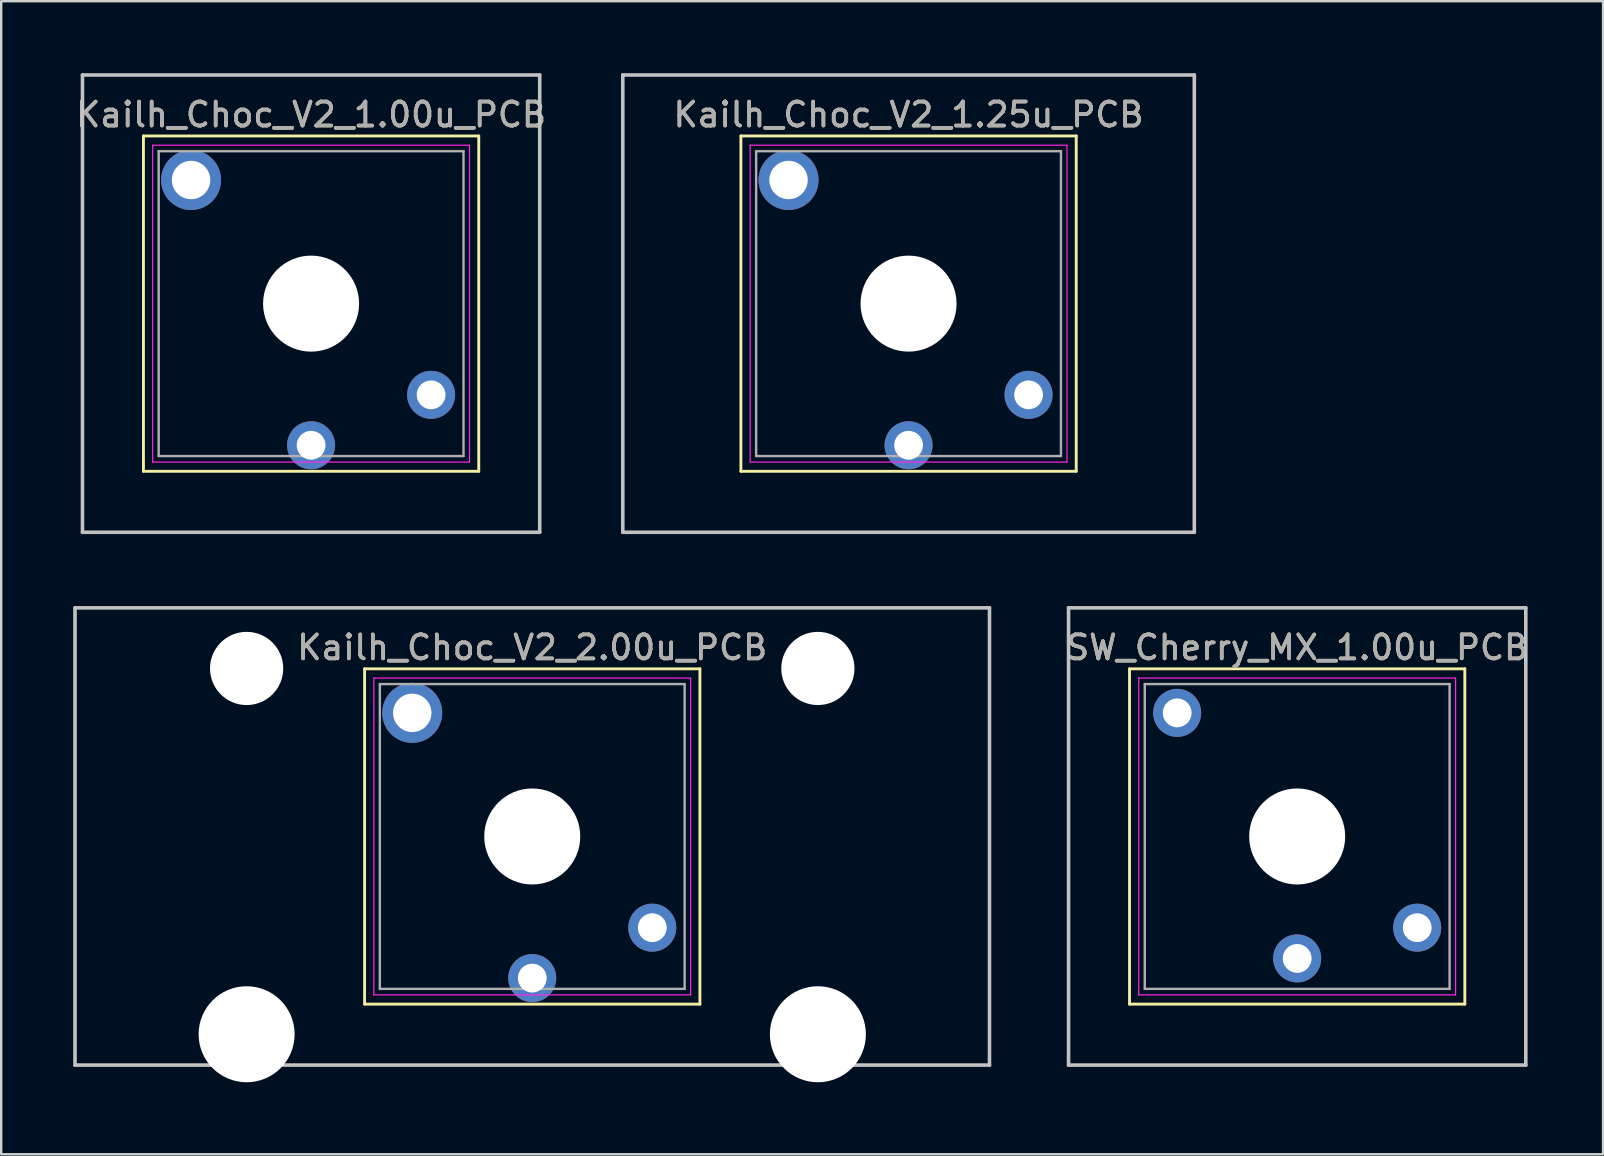
<source format=kicad_pcb>
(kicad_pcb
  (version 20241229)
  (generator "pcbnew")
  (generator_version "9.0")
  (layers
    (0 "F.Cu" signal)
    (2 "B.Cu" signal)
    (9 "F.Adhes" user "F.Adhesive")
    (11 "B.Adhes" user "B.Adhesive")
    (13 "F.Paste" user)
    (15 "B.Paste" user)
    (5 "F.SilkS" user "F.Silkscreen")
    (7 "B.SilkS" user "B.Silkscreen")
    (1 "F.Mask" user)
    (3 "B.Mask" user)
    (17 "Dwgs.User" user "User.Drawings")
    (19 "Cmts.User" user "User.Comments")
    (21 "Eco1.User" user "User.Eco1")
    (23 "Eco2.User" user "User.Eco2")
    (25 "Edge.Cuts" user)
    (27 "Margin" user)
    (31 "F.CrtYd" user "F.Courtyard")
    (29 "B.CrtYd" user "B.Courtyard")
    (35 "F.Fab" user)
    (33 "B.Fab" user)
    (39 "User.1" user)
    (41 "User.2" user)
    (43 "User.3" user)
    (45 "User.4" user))
  (footprint "SW_Cherry_MX_1.00u_PCB"
    (layer "F.Cu")
    (at 53.534 26.72)
    (property "Reference" "SW_Cherry_MX_1.00u_PCB" (at -2.54 -2.794 0) (layer "F.SilkS") (effects (font (size 1 1) (thickness 0.15))))
    (attr through_hole)
    (fp_line (start -9.525 -1.905) (end 4.445 -1.905) (stroke (width 0.12) (type solid)) (layer "F.SilkS"))
    (fp_line (start -9.525 12.065) (end -9.525 -1.905) (stroke (width 0.12) (type solid)) (layer "F.SilkS"))
    (fp_line (start 4.445 -1.905) (end 4.445 12.065) (stroke (width 0.12) (type solid)) (layer "F.SilkS"))
    (fp_line (start 4.445 12.065) (end -9.525 12.065) (stroke (width 0.12) (type solid)) (layer "F.SilkS"))
    (fp_line (start -12.065 -4.445) (end 6.985 -4.445) (stroke (width 0.15) (type solid)) (layer "Dwgs.User"))
    (fp_line (start -12.065 14.605) (end -12.065 -4.445) (stroke (width 0.15) (type solid)) (layer "Dwgs.User"))
    (fp_line (start 6.985 -4.445) (end 6.985 14.605) (stroke (width 0.15) (type solid)) (layer "Dwgs.User"))
    (fp_line (start 6.985 14.605) (end -12.065 14.605) (stroke (width 0.15) (type solid)) (layer "Dwgs.User"))
    (fp_line (start -9.14 -1.52) (end 4.06 -1.52) (stroke (width 0.05) (type solid)) (layer "F.CrtYd"))
    (fp_line (start -9.14 11.68) (end -9.14 -1.52) (stroke (width 0.05) (type solid)) (layer "F.CrtYd"))
    (fp_line (start 4.06 -1.52) (end 4.06 11.68) (stroke (width 0.05) (type solid)) (layer "F.CrtYd"))
    (fp_line (start 4.06 11.68) (end -9.14 11.68) (stroke (width 0.05) (type solid)) (layer "F.CrtYd"))
    (fp_line (start -8.89 -1.27) (end 3.81 -1.27) (stroke (width 0.1) (type solid)) (layer "F.Fab"))
    (fp_line (start -8.89 11.43) (end -8.89 -1.27) (stroke (width 0.1) (type solid)) (layer "F.Fab"))
    (fp_line (start 3.81 -1.27) (end 3.81 11.43) (stroke (width 0.1) (type solid)) (layer "F.Fab"))
    (fp_line (start 3.81 11.43) (end -8.89 11.43) (stroke (width 0.1) (type solid)) (layer "F.Fab"))
    (fp_text user "${REFERENCE}" (at -2.54 -2.794 0) (layer "F.Fab") (effects (font (size 1 1) (thickness 0.15))))
    (pad "" np_thru_hole circle (at -2.54 5.08) (size 4 4) (drill 4) (layers "*.Cu" "*.Mask"))
    (pad "" np_thru_hole circle (at 2.46 8.88) (size 2 2) (drill 1.2) (layers "*.Cu" "*.Mask"))
    (pad "1" thru_hole circle (at -7.54 -0.07) (size 2 2) (drill 1.2) (layers "*.Cu" "*.Mask"))
    (pad "2" thru_hole circle (at -2.54 10.16) (size 2 2) (drill 1.2) (layers "*.Cu" "*.Mask")))
  (footprint "Kailh_Choc_V2_2.00u_PCB"
    (layer "F.Cu")
    (at 21.665 26.72)
    (property "Reference" "Kailh_Choc_V2_2.00u_PCB" (at -2.54 -2.794 0) (layer "F.SilkS") (effects (font (size 1 1) (thickness 0.15))))
    (attr through_hole)
    (fp_line (start -9.525 -1.905) (end 4.445 -1.905) (stroke (width 0.12) (type solid)) (layer "F.SilkS"))
    (fp_line (start -9.525 12.065) (end -9.525 -1.905) (stroke (width 0.12) (type solid)) (layer "F.SilkS"))
    (fp_line (start 4.445 -1.905) (end 4.445 12.065) (stroke (width 0.12) (type solid)) (layer "F.SilkS"))
    (fp_line (start 4.445 12.065) (end -9.525 12.065) (stroke (width 0.12) (type solid)) (layer "F.SilkS"))
    (fp_line (start -21.59 -4.445) (end 16.51 -4.445) (stroke (width 0.15) (type solid)) (layer "Dwgs.User"))
    (fp_line (start -21.59 14.605) (end -21.59 -4.445) (stroke (width 0.15) (type solid)) (layer "Dwgs.User"))
    (fp_line (start 16.51 -4.445) (end 16.51 14.605) (stroke (width 0.15) (type solid)) (layer "Dwgs.User"))
    (fp_line (start 16.51 14.605) (end -21.59 14.605) (stroke (width 0.15) (type solid)) (layer "Dwgs.User"))
    (fp_line (start -9.14 -1.52) (end 4.06 -1.52) (stroke (width 0.05) (type solid)) (layer "F.CrtYd"))
    (fp_line (start -9.14 11.68) (end -9.14 -1.52) (stroke (width 0.05) (type solid)) (layer "F.CrtYd"))
    (fp_line (start 4.06 -1.52) (end 4.06 11.68) (stroke (width 0.05) (type solid)) (layer "F.CrtYd"))
    (fp_line (start 4.06 11.68) (end -9.14 11.68) (stroke (width 0.05) (type solid)) (layer "F.CrtYd"))
    (fp_line (start -8.89 -1.27) (end 3.81 -1.27) (stroke (width 0.1) (type solid)) (layer "F.Fab"))
    (fp_line (start -8.89 11.43) (end -8.89 -1.27) (stroke (width 0.1) (type solid)) (layer "F.Fab"))
    (fp_line (start 3.81 -1.27) (end 3.81 11.43) (stroke (width 0.1) (type solid)) (layer "F.Fab"))
    (fp_line (start 3.81 11.43) (end -8.89 11.43) (stroke (width 0.1) (type solid)) (layer "F.Fab"))
    (fp_text user "${REFERENCE}" (at -2.54 -2.794 0) (layer "F.Fab") (effects (font (size 1 1) (thickness 0.15))))
    (pad "" np_thru_hole circle (at -14.44 -1.92) (size 3.05 3.05) (drill 3.05) (layers "*.Cu" "*.Mask"))
    (pad "" np_thru_hole circle (at -14.44 13.32) (size 4 4) (drill 4) (layers "*.Cu" "*.Mask"))
    (pad "" np_thru_hole circle (at -2.54 5.08) (size 4 4) (drill 4) (layers "*.Cu" "*.Mask"))
    (pad "" np_thru_hole circle (at 2.46 8.88) (size 2 2) (drill 1.2) (layers "*.Cu" "*.Mask"))
    (pad "" np_thru_hole circle (at 9.36 -1.92) (size 3.05 3.05) (drill 3.05) (layers "*.Cu" "*.Mask"))
    (pad "" np_thru_hole circle (at 9.36 13.32) (size 4 4) (drill 4) (layers "*.Cu" "*.Mask"))
    (pad "1" thru_hole circle (at -7.54 -0.07) (size 2.5 2.5) (drill 1.6) (layers "*.Cu" "*.Mask"))
    (pad "2" thru_hole circle (at -2.54 10.98) (size 2 2) (drill 1.2) (layers "*.Cu" "*.Mask")))
  (footprint "Kailh_Choc_V2_1.00u_PCB"
    (layer "F.Cu")
    (at 12.451 4.52)
    (property "Reference" "Kailh_Choc_V2_1.00u_PCB" (at -2.54 -2.794 0) (layer "F.SilkS") (effects (font (size 1 1) (thickness 0.15))))
    (attr through_hole)
    (fp_line (start -9.525 -1.905) (end 4.445 -1.905) (stroke (width 0.12) (type solid)) (layer "F.SilkS"))
    (fp_line (start -9.525 12.065) (end -9.525 -1.905) (stroke (width 0.12) (type solid)) (layer "F.SilkS"))
    (fp_line (start 4.445 -1.905) (end 4.445 12.065) (stroke (width 0.12) (type solid)) (layer "F.SilkS"))
    (fp_line (start 4.445 12.065) (end -9.525 12.065) (stroke (width 0.12) (type solid)) (layer "F.SilkS"))
    (fp_line (start -12.065 -4.445) (end 6.985 -4.445) (stroke (width 0.15) (type solid)) (layer "Dwgs.User"))
    (fp_line (start -12.065 14.605) (end -12.065 -4.445) (stroke (width 0.15) (type solid)) (layer "Dwgs.User"))
    (fp_line (start 6.985 -4.445) (end 6.985 14.605) (stroke (width 0.15) (type solid)) (layer "Dwgs.User"))
    (fp_line (start 6.985 14.605) (end -12.065 14.605) (stroke (width 0.15) (type solid)) (layer "Dwgs.User"))
    (fp_line (start -9.14 -1.52) (end 4.06 -1.52) (stroke (width 0.05) (type solid)) (layer "F.CrtYd"))
    (fp_line (start -9.14 11.68) (end -9.14 -1.52) (stroke (width 0.05) (type solid)) (layer "F.CrtYd"))
    (fp_line (start 4.06 -1.52) (end 4.06 11.68) (stroke (width 0.05) (type solid)) (layer "F.CrtYd"))
    (fp_line (start 4.06 11.68) (end -9.14 11.68) (stroke (width 0.05) (type solid)) (layer "F.CrtYd"))
    (fp_line (start -8.89 -1.27) (end 3.81 -1.27) (stroke (width 0.1) (type solid)) (layer "F.Fab"))
    (fp_line (start -8.89 11.43) (end -8.89 -1.27) (stroke (width 0.1) (type solid)) (layer "F.Fab"))
    (fp_line (start 3.81 -1.27) (end 3.81 11.43) (stroke (width 0.1) (type solid)) (layer "F.Fab"))
    (fp_line (start 3.81 11.43) (end -8.89 11.43) (stroke (width 0.1) (type solid)) (layer "F.Fab"))
    (fp_text user "${REFERENCE}" (at -2.54 -2.794 0) (layer "F.Fab") (effects (font (size 1 1) (thickness 0.15))))
    (pad "" np_thru_hole circle (at -2.54 5.08) (size 4 4) (drill 4) (layers "*.Cu" "*.Mask"))
    (pad "" np_thru_hole circle (at 2.46 8.88) (size 2 2) (drill 1.2) (layers "*.Cu" "*.Mask"))
    (pad "1" thru_hole circle (at -7.54 -0.07) (size 2.5 2.5) (drill 1.6) (layers "*.Cu" "*.Mask"))
    (pad "2" thru_hole circle (at -2.54 10.98) (size 2 2) (drill 1.2) (layers "*.Cu" "*.Mask")))
  (footprint "Kailh_Choc_V2_1.25u_PCB"
    (layer "F.Cu")
    (at 37.343 4.52)
    (property "Reference" "Kailh_Choc_V2_1.25u_PCB" (at -2.54 -2.794 0) (layer "F.SilkS") (effects (font (size 1 1) (thickness 0.15))))
    (attr through_hole)
    (fp_line (start -9.525 -1.905) (end 4.445 -1.905) (stroke (width 0.12) (type solid)) (layer "F.SilkS"))
    (fp_line (start -9.525 12.065) (end -9.525 -1.905) (stroke (width 0.12) (type solid)) (layer "F.SilkS"))
    (fp_line (start 4.445 -1.905) (end 4.445 12.065) (stroke (width 0.12) (type solid)) (layer "F.SilkS"))
    (fp_line (start 4.445 12.065) (end -9.525 12.065) (stroke (width 0.12) (type solid)) (layer "F.SilkS"))
    (fp_line (start -14.446 -4.445) (end 9.366 -4.445) (stroke (width 0.15) (type solid)) (layer "Dwgs.User"))
    (fp_line (start -14.446 14.605) (end -14.446 -4.445) (stroke (width 0.15) (type solid)) (layer "Dwgs.User"))
    (fp_line (start 9.366 -4.445) (end 9.366 14.605) (stroke (width 0.15) (type solid)) (layer "Dwgs.User"))
    (fp_line (start 9.366 14.605) (end -14.446 14.605) (stroke (width 0.15) (type solid)) (layer "Dwgs.User"))
    (fp_line (start -9.14 -1.52) (end 4.06 -1.52) (stroke (width 0.05) (type solid)) (layer "F.CrtYd"))
    (fp_line (start -9.14 11.68) (end -9.14 -1.52) (stroke (width 0.05) (type solid)) (layer "F.CrtYd"))
    (fp_line (start 4.06 -1.52) (end 4.06 11.68) (stroke (width 0.05) (type solid)) (layer "F.CrtYd"))
    (fp_line (start 4.06 11.68) (end -9.14 11.68) (stroke (width 0.05) (type solid)) (layer "F.CrtYd"))
    (fp_line (start -8.89 -1.27) (end 3.81 -1.27) (stroke (width 0.1) (type solid)) (layer "F.Fab"))
    (fp_line (start -8.89 11.43) (end -8.89 -1.27) (stroke (width 0.1) (type solid)) (layer "F.Fab"))
    (fp_line (start 3.81 -1.27) (end 3.81 11.43) (stroke (width 0.1) (type solid)) (layer "F.Fab"))
    (fp_line (start 3.81 11.43) (end -8.89 11.43) (stroke (width 0.1) (type solid)) (layer "F.Fab"))
    (fp_text user "${REFERENCE}" (at -2.54 -2.794 0) (layer "F.Fab") (effects (font (size 1 1) (thickness 0.15))))
    (pad "" np_thru_hole circle (at -2.54 5.08) (size 4 4) (drill 4) (layers "*.Cu" "*.Mask"))
    (pad "" np_thru_hole circle (at 2.46 8.88) (size 2 2) (drill 1.2) (layers "*.Cu" "*.Mask"))
    (pad "1" thru_hole circle (at -7.54 -0.07 90) (size 2.5 2.5) (drill 1.6) (layers "*.Cu" "*.Mask"))
    (pad "2" thru_hole circle (at -2.54 10.98) (size 2 2) (drill 1.2) (layers "*.Cu" "*.Mask")))
  (gr_rect
    (start -3 -3)
    (end 63.738 45.04)
    (stroke (width 0.1) (type default))
    (fill no)
    (layer "Edge.Cuts")))
</source>
